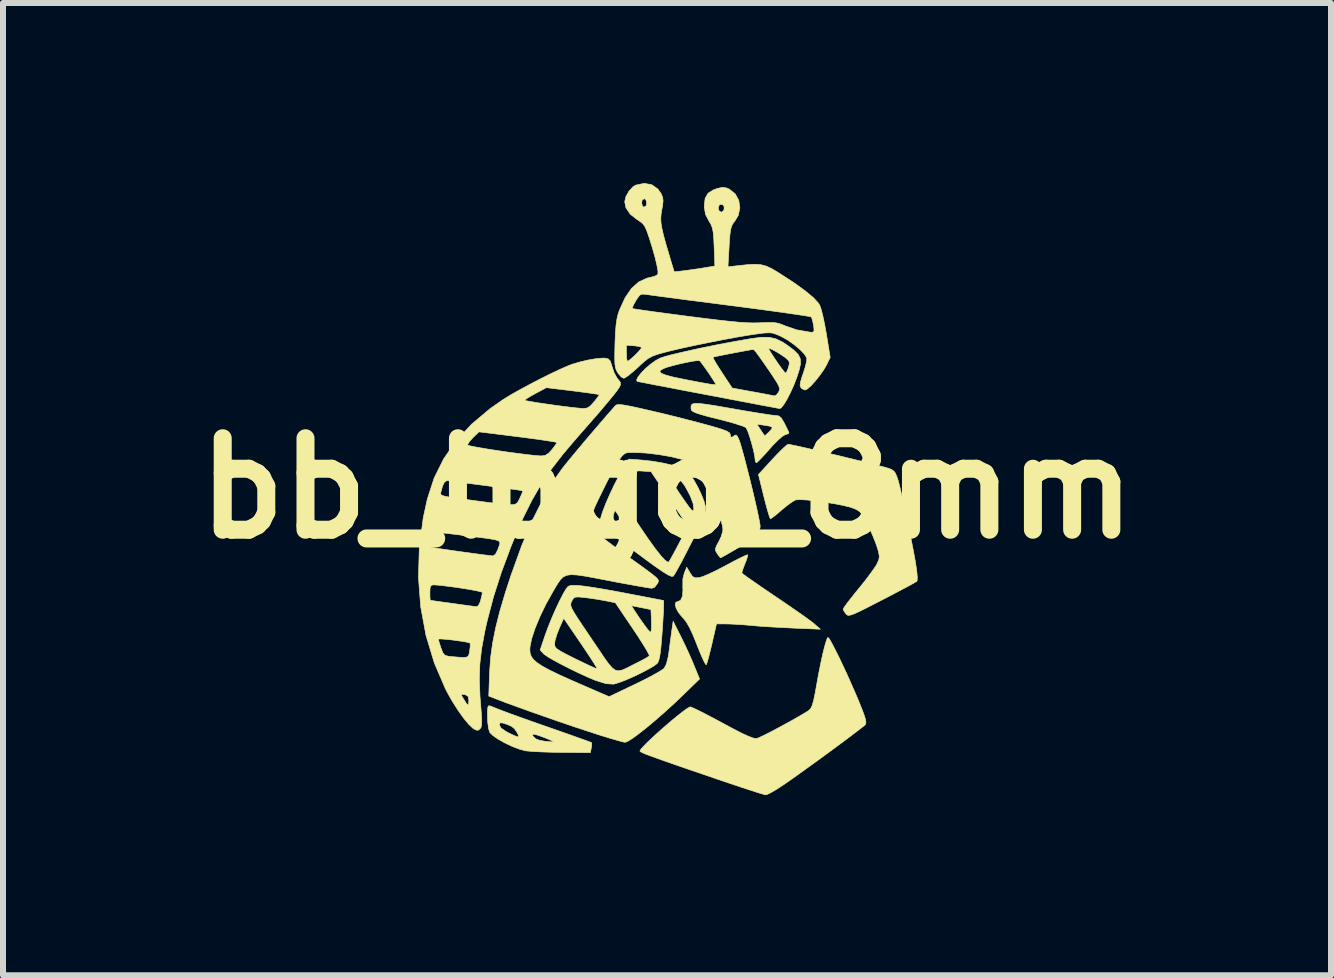
<source format=kicad_pcb>
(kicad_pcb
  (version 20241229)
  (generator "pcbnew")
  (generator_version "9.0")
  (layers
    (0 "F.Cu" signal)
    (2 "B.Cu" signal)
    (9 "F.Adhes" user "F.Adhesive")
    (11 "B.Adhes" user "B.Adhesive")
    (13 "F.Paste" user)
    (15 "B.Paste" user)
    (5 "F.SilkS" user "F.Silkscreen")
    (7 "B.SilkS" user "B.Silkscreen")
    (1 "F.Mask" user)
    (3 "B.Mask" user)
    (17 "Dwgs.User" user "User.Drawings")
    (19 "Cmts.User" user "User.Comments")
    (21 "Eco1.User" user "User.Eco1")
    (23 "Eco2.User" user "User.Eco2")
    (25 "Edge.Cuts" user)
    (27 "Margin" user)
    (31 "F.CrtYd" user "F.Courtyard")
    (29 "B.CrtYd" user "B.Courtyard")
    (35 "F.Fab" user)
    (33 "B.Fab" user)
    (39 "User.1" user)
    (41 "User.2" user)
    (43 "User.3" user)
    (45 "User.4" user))
  (footprint "bb_logo_8mm"
    (layer "F.Cu")
    (at 8.063 5.086)
    (property "Reference" "bb_logo_8mm" (at 0 0 0) (layer "F.SilkS") (effects (font (size 1.524 1.524) (thickness 0.3))))
    (attr through_hole)
    (fp_poly (pts (xy 0.546 -1.413) (xy 0.654 -1.4) (xy 0.803 -1.377) (xy 0.999 -1.343) (xy 1.086 -1.328) (xy 1.274 -1.295) (xy 1.448 -1.266) (xy 1.598 -1.242) (xy 1.715 -1.224) (xy 1.79 -1.215) (xy 1.81 -1.214) (xy 1.861 -1.206) (xy 1.902 -1.174) (xy 1.944 -1.105) (xy 1.961 -1.073) (xy 2 -0.995) (xy 2.026 -0.939) (xy 2.032 -0.921) (xy 2.008 -0.906) (xy 1.966 -0.893) (xy 1.92 -0.865) (xy 1.85 -0.804) (xy 1.765 -0.719) (xy 1.705 -0.652) (xy 1.623 -0.559) (xy 1.553 -0.485) (xy 1.505 -0.437) (xy 1.489 -0.425) (xy 1.471 -0.447) (xy 1.468 -0.475) (xy 1.46 -0.543) (xy 1.439 -0.64) (xy 1.41 -0.751) (xy 1.377 -0.86) (xy 1.346 -0.95) (xy 1.32 -1.005) (xy 1.315 -1.012) (xy 1.275 -1.032) (xy 1.19 -1.061) (xy 1.165 -1.069) (xy 1.498 -1.069) (xy 1.56 -0.972) (xy 1.601 -0.912) (xy 1.626 -0.878) (xy 1.629 -0.875) (xy 1.65 -0.893) (xy 1.696 -0.936) (xy 1.706 -0.946) (xy 1.745 -0.99) (xy 1.751 -1.018) (xy 1.715 -1.035) (xy 1.631 -1.05) (xy 1.603 -1.054) (xy 1.498 -1.069) (xy 1.165 -1.069) (xy 1.072 -1.097) (xy 0.929 -1.135) (xy 0.842 -1.157) (xy 0.674 -1.199) (xy 0.554 -1.233) (xy 0.474 -1.26) (xy 0.427 -1.283) (xy 0.405 -1.305) (xy 0.402 -1.316) (xy 0.399 -1.358) (xy 0.405 -1.388) (xy 0.428 -1.407) (xy 0.473 -1.416) (xy 0.546 -1.413)) (stroke (width 0.01) (type solid)) (fill yes) (layer "F.SilkS"))
    (fp_poly (pts (xy -2.944 3.626) (xy -2.942 3.627) (xy -2.851 3.664) (xy -2.746 3.705) (xy -2.62 3.752) (xy -2.465 3.808) (xy -2.275 3.876) (xy -2.041 3.958) (xy -1.938 3.994) (xy -1.755 4.058) (xy -1.589 4.116) (xy -1.45 4.166) (xy -1.343 4.204) (xy -1.276 4.229) (xy -1.256 4.238) (xy -1.254 4.269) (xy -1.262 4.325) (xy -1.277 4.403) (xy -1.746 4.399) (xy -1.915 4.397) (xy -2.076 4.392) (xy -2.215 4.385) (xy -2.318 4.377) (xy -2.357 4.373) (xy -2.46 4.345) (xy -2.581 4.299) (xy -2.705 4.24) (xy -2.818 4.176) (xy -2.906 4.114) (xy -2.955 4.063) (xy -2.956 4.061) (xy -2.974 3.998) (xy -2.981 3.943) (xy -2.794 3.943) (xy -2.766 3.993) (xy -2.683 4.051) (xy -2.646 4.071) (xy -2.546 4.119) (xy -2.49 4.14) (xy -2.471 4.134) (xy -2.482 4.1) (xy -2.244 4.1) (xy -2.233 4.128) (xy -2.217 4.147) (xy -2.178 4.178) (xy -2.12 4.199) (xy -2.031 4.214) (xy -1.897 4.226) (xy -1.891 4.226) (xy -1.893 4.219) (xy -1.937 4.196) (xy -2.016 4.163) (xy -2.018 4.162) (xy -2.139 4.117) (xy -2.213 4.096) (xy -2.244 4.1) (xy -2.482 4.1) (xy -2.482 4.099) (xy -2.503 4.061) (xy -2.543 4.003) (xy -2.594 3.963) (xy -2.672 3.93) (xy -2.731 3.911) (xy -2.779 3.905) (xy -2.794 3.936) (xy -2.794 3.943) (xy -2.981 3.943) (xy -2.987 3.901) (xy -2.991 3.8) (xy -2.99 3.698) (xy -2.984 3.643) (xy -2.97 3.622) (xy -2.944 3.626)) (stroke (width 0.01) (type solid)) (fill yes) (layer "F.SilkS"))
    (fp_poly (pts (xy 1.343 1.107) (xy 1.34 1.139) (xy 1.319 1.204) (xy 1.298 1.256) (xy 1.267 1.337) (xy 1.249 1.395) (xy 1.248 1.412) (xy 1.273 1.433) (xy 1.338 1.481) (xy 1.437 1.55) (xy 1.562 1.637) (xy 1.709 1.737) (xy 1.806 1.803) (xy 1.969 1.913) (xy 2.121 2.018) (xy 2.255 2.111) (xy 2.362 2.188) (xy 2.434 2.242) (xy 2.455 2.26) (xy 2.554 2.347) (xy 2.117 2.329) (xy 1.937 2.32) (xy 1.752 2.31) (xy 1.579 2.299) (xy 1.439 2.288) (xy 1.411 2.285) (xy 1.271 2.273) (xy 1.13 2.264) (xy 1.014 2.259) (xy 0.983 2.259) (xy 0.824 2.258) (xy 0.748 2.589) (xy 0.717 2.719) (xy 0.689 2.829) (xy 0.666 2.906) (xy 0.653 2.94) (xy 0.653 2.94) (xy 0.637 2.922) (xy 0.605 2.861) (xy 0.562 2.764) (xy 0.512 2.642) (xy 0.498 2.605) (xy 0.431 2.439) (xy 0.374 2.317) (xy 0.321 2.227) (xy 0.267 2.158) (xy 0.251 2.142) (xy 0.191 2.069) (xy 0.151 1.995) (xy 0.136 1.933) (xy 0.149 1.896) (xy 0.167 1.891) (xy 0.226 1.866) (xy 0.259 1.795) (xy 0.265 1.684) (xy 0.263 1.658) (xy 0.264 1.506) (xy 0.288 1.412) (xy 0.328 1.314) (xy 0.383 1.407) (xy 0.425 1.469) (xy 0.47 1.491) (xy 0.536 1.488) (xy 0.597 1.469) (xy 0.695 1.428) (xy 0.816 1.371) (xy 0.95 1.301) (xy 0.982 1.284) (xy 1.108 1.217) (xy 1.215 1.162) (xy 1.295 1.124) (xy 1.338 1.107) (xy 1.343 1.107)) (stroke (width 0.01) (type solid)) (fill yes) (layer "F.SilkS"))
    (fp_poly (pts (xy 2.704 2.508) (xy 2.744 2.577) (xy 2.799 2.683) (xy 2.866 2.817) (xy 2.94 2.973) (xy 3.018 3.142) (xy 3.096 3.318) (xy 3.171 3.491) (xy 3.189 3.534) (xy 3.249 3.683) (xy 3.288 3.788) (xy 3.309 3.859) (xy 3.314 3.904) (xy 3.305 3.933) (xy 3.302 3.938) (xy 3.269 3.967) (xy 3.196 4.023) (xy 3.092 4.103) (xy 2.963 4.2) (xy 2.816 4.309) (xy 2.657 4.426) (xy 2.494 4.545) (xy 2.333 4.661) (xy 2.182 4.77) (xy 2.047 4.865) (xy 1.936 4.942) (xy 1.925 4.949) (xy 1.821 5.017) (xy 1.73 5.07) (xy 1.665 5.101) (xy 1.643 5.107) (xy 1.606 5.097) (xy 1.521 5.072) (xy 1.397 5.032) (xy 1.238 4.98) (xy 1.053 4.918) (xy 0.846 4.848) (xy 0.663 4.785) (xy 0.388 4.691) (xy 0.161 4.613) (xy -0.022 4.549) (xy -0.165 4.498) (xy -0.273 4.459) (xy -0.351 4.43) (xy -0.403 4.408) (xy -0.434 4.392) (xy -0.449 4.381) (xy -0.452 4.375) (xy -0.431 4.341) (xy -0.374 4.279) (xy -0.29 4.196) (xy -0.186 4.1) (xy -0.071 3.997) (xy 0.046 3.896) (xy 0.159 3.802) (xy 0.258 3.724) (xy 0.335 3.668) (xy 0.382 3.642) (xy 0.388 3.641) (xy 0.424 3.654) (xy 0.501 3.69) (xy 0.612 3.745) (xy 0.747 3.816) (xy 0.899 3.897) (xy 0.925 3.911) (xy 1.11 4.01) (xy 1.251 4.083) (xy 1.357 4.131) (xy 1.431 4.159) (xy 1.48 4.168) (xy 1.496 4.167) (xy 1.542 4.149) (xy 1.626 4.109) (xy 1.738 4.052) (xy 1.866 3.984) (xy 2.001 3.911) (xy 2.13 3.839) (xy 2.244 3.773) (xy 2.332 3.72) (xy 2.366 3.697) (xy 2.394 3.668) (xy 2.418 3.617) (xy 2.442 3.536) (xy 2.467 3.415) (xy 2.485 3.316) (xy 2.523 3.104) (xy 2.561 2.913) (xy 2.597 2.749) (xy 2.63 2.619) (xy 2.657 2.529) (xy 2.677 2.486) (xy 2.682 2.484) (xy 2.704 2.508)) (stroke (width 0.01) (type solid)) (fill yes) (layer "F.SilkS"))
    (fp_poly (pts (xy 2.061 -0.727) (xy 2.149 -0.709) (xy 2.275 -0.681) (xy 2.43 -0.646) (xy 2.605 -0.604) (xy 2.792 -0.56) (xy 2.982 -0.514) (xy 3.168 -0.469) (xy 3.339 -0.426) (xy 3.488 -0.388) (xy 3.606 -0.358) (xy 3.684 -0.335) (xy 3.71 -0.327) (xy 3.746 -0.31) (xy 3.776 -0.289) (xy 3.802 -0.257) (xy 3.825 -0.207) (xy 3.85 -0.133) (xy 3.878 -0.027) (xy 3.911 0.117) (xy 3.953 0.306) (xy 3.978 0.423) (xy 4.046 0.742) (xy 4.098 1.008) (xy 4.137 1.219) (xy 4.161 1.379) (xy 4.17 1.486) (xy 4.166 1.542) (xy 4.162 1.548) (xy 4.13 1.568) (xy 4.055 1.61) (xy 3.945 1.669) (xy 3.808 1.741) (xy 3.652 1.823) (xy 3.582 1.859) (xy 3.401 1.952) (xy 3.264 2.022) (xy 3.164 2.07) (xy 3.093 2.1) (xy 3.046 2.114) (xy 3.016 2.116) (xy 2.995 2.106) (xy 2.982 2.093) (xy 2.946 2.042) (xy 2.935 2.012) (xy 2.952 1.981) (xy 2.999 1.915) (xy 3.07 1.824) (xy 3.157 1.715) (xy 3.189 1.676) (xy 3.287 1.555) (xy 3.375 1.439) (xy 3.447 1.34) (xy 3.492 1.271) (xy 3.497 1.26) (xy 3.528 1.192) (xy 3.537 1.136) (xy 3.526 1.069) (xy 3.509 1.006) (xy 3.477 0.912) (xy 3.428 0.79) (xy 3.371 0.662) (xy 3.354 0.625) (xy 3.297 0.511) (xy 3.252 0.435) (xy 3.208 0.387) (xy 3.157 0.354) (xy 3.123 0.338) (xy 3.043 0.311) (xy 2.926 0.283) (xy 2.785 0.256) (xy 2.632 0.231) (xy 2.48 0.21) (xy 2.341 0.195) (xy 2.228 0.188) (xy 2.153 0.191) (xy 2.138 0.195) (xy 2.083 0.226) (xy 2.003 0.284) (xy 1.915 0.356) (xy 1.905 0.365) (xy 1.825 0.433) (xy 1.761 0.483) (xy 1.725 0.507) (xy 1.723 0.508) (xy 1.71 0.482) (xy 1.687 0.411) (xy 1.657 0.306) (xy 1.623 0.175) (xy 1.614 0.139) (xy 1.523 -0.23) (xy 1.753 -0.482) (xy 1.845 -0.579) (xy 1.926 -0.659) (xy 1.986 -0.714) (xy 2.018 -0.734) (xy 2.019 -0.734) (xy 2.061 -0.727)) (stroke (width 0.01) (type solid)) (fill yes) (layer "F.SilkS"))
    (fp_poly (pts (xy -0.409 -0.47) (xy -0.244 -0.452) (xy -0.075 -0.423) (xy 0.082 -0.387) (xy 0.215 -0.346) (xy 0.31 -0.305) (xy 0.332 -0.291) (xy 0.384 -0.235) (xy 0.446 -0.14) (xy 0.511 -0.024) (xy 0.57 0.099) (xy 0.616 0.214) (xy 0.64 0.304) (xy 0.641 0.308) (xy 0.643 0.35) (xy 0.634 0.401) (xy 0.613 0.467) (xy 0.576 0.556) (xy 0.519 0.677) (xy 0.441 0.836) (xy 0.397 0.922) (xy 0.317 1.079) (xy 0.244 1.22) (xy 0.181 1.335) (xy 0.134 1.418) (xy 0.107 1.46) (xy 0.105 1.463) (xy 0.074 1.466) (xy 0.017 1.442) (xy -0.072 1.388) (xy -0.198 1.301) (xy -0.214 1.289) (xy -0.352 1.189) (xy -0.513 1.069) (xy -0.676 0.945) (xy -0.814 0.838) (xy -0.938 0.739) (xy -1.024 0.667) (xy -1.078 0.615) (xy -1.106 0.577) (xy -1.115 0.545) (xy -1.111 0.513) (xy -1.104 0.49) (xy -0.898 0.49) (xy -0.881 0.533) (xy -0.833 0.586) (xy -0.788 0.626) (xy -0.717 0.684) (xy -0.663 0.723) (xy -0.641 0.734) (xy -0.645 0.712) (xy -0.675 0.656) (xy -0.725 0.576) (xy -0.737 0.557) (xy -0.795 0.471) (xy -0.84 0.406) (xy -0.863 0.372) (xy -0.864 0.371) (xy -0.876 0.387) (xy -0.892 0.44) (xy -0.892 0.44) (xy -0.898 0.49) (xy -1.104 0.49) (xy -1.076 0.399) (xy -1.02 0.252) (xy -0.974 0.147) (xy -0.783 0.147) (xy -0.457 0.631) (xy -0.312 0.844) (xy -0.193 1.009) (xy -0.099 1.127) (xy -0.031 1.2) (xy 0.014 1.229) (xy 0.028 1.227) (xy 0.046 1.2) (xy 0.084 1.133) (xy 0.137 1.036) (xy 0.196 0.925) (xy 0.349 0.632) (xy 0.042 0.177) (xy -0.21 -0.194) (xy 0.041 -0.194) (xy 0.067 -0.138) (xy 0.124 -0.043) (xy 0.211 0.089) (xy 0.217 0.098) (xy 0.305 0.225) (xy 0.366 0.31) (xy 0.406 0.359) (xy 0.429 0.375) (xy 0.441 0.366) (xy 0.446 0.338) (xy 0.435 0.253) (xy 0.388 0.13) (xy 0.352 0.059) (xy 0.294 -0.045) (xy 0.244 -0.112) (xy 0.184 -0.156) (xy 0.099 -0.192) (xy 0.048 -0.209) (xy 0.041 -0.194) (xy -0.21 -0.194) (xy -0.266 -0.278) (xy -0.399 -0.287) (xy -0.461 -0.291) (xy -0.507 -0.286) (xy -0.544 -0.264) (xy -0.582 -0.217) (xy -0.629 -0.137) (xy -0.694 -0.018) (xy -0.783 0.147) (xy -0.974 0.147) (xy -0.949 0.09) (xy -0.872 -0.072) (xy -0.796 -0.217) (xy -0.769 -0.264) (xy -0.635 -0.487) (xy -0.409 -0.47)) (stroke (width 0.01) (type solid)) (fill yes) (layer "F.SilkS"))
    (fp_poly (pts (xy -1.486 1.618) (xy -1.374 1.63) (xy -1.225 1.652) (xy -1.034 1.684) (xy -0.797 1.727) (xy -0.597 1.765) (xy -0.056 1.869) (xy -0.057 1.972) (xy -0.059 2.038) (xy -0.065 2.146) (xy -0.073 2.283) (xy -0.084 2.434) (xy -0.087 2.469) (xy -0.101 2.641) (xy -0.116 2.765) (xy -0.133 2.848) (xy -0.152 2.9) (xy -0.164 2.917) (xy -0.217 2.958) (xy -0.31 3.012) (xy -0.428 3.074) (xy -0.557 3.136) (xy -0.685 3.192) (xy -0.797 3.235) (xy -0.879 3.26) (xy -0.895 3.262) (xy -1.018 3.254) (xy -1.176 3.205) (xy -1.181 3.204) (xy -1.313 3.149) (xy -1.46 3.082) (xy -1.611 3.009) (xy -1.756 2.935) (xy -1.884 2.867) (xy -1.984 2.808) (xy -2.047 2.765) (xy -2.056 2.757) (xy -2.114 2.694) (xy -2.076 2.582) (xy -1.873 2.582) (xy -1.872 2.617) (xy -1.86 2.647) (xy -1.83 2.677) (xy -1.774 2.713) (xy -1.684 2.762) (xy -1.553 2.828) (xy -1.525 2.842) (xy -1.397 2.904) (xy -1.289 2.955) (xy -1.209 2.991) (xy -1.167 3.007) (xy -1.163 3.007) (xy -1.175 2.982) (xy -1.214 2.918) (xy -1.276 2.822) (xy -1.355 2.703) (xy -1.437 2.581) (xy -1.721 2.165) (xy -1.795 2.331) (xy -1.835 2.433) (xy -1.864 2.528) (xy -1.873 2.582) (xy -2.076 2.582) (xy -2.032 2.451) (xy -1.982 2.314) (xy -1.922 2.165) (xy -1.857 2.016) (xy -1.818 1.934) (xy -1.605 1.934) (xy -1.6 1.967) (xy -1.58 2.013) (xy -1.543 2.078) (xy -1.486 2.168) (xy -1.405 2.29) (xy -1.296 2.451) (xy -1.251 2.518) (xy -1.131 2.695) (xy -1.039 2.832) (xy -0.967 2.931) (xy -0.908 2.996) (xy -0.856 3.032) (xy -0.805 3.04) (xy -0.746 3.027) (xy -0.673 2.995) (xy -0.58 2.947) (xy -0.52 2.917) (xy -0.421 2.867) (xy -0.343 2.824) (xy -0.299 2.795) (xy -0.294 2.791) (xy -0.305 2.761) (xy -0.342 2.692) (xy -0.403 2.593) (xy -0.481 2.47) (xy -0.57 2.337) (xy -0.828 1.955) (xy -0.594 1.955) (xy -0.547 2.029) (xy -0.46 2.16) (xy -0.383 2.269) (xy -0.323 2.349) (xy -0.283 2.392) (xy -0.274 2.398) (xy -0.264 2.373) (xy -0.259 2.306) (xy -0.26 2.211) (xy -0.26 2.209) (xy -0.268 2.02) (xy -0.431 1.987) (xy -0.594 1.955) (xy -0.828 1.955) (xy -0.861 1.906) (xy -1.03 1.872) (xy -1.16 1.849) (xy -1.304 1.828) (xy -1.374 1.819) (xy -1.469 1.81) (xy -1.525 1.812) (xy -1.558 1.83) (xy -1.582 1.868) (xy -1.588 1.881) (xy -1.6 1.907) (xy -1.605 1.934) (xy -1.818 1.934) (xy -1.792 1.878) (xy -1.732 1.761) (xy -1.682 1.676) (xy -1.651 1.637) (xy -1.619 1.622) (xy -1.566 1.616) (xy -1.486 1.618)) (stroke (width 0.01) (type solid)) (fill yes) (layer "F.SilkS"))
    (fp_poly (pts (xy 1.703 -2.516) (xy 1.813 -2.491) (xy 1.921 -2.439) (xy 2.002 -2.386) (xy 2.116 -2.3) (xy 2.187 -2.228) (xy 2.22 -2.158) (xy 2.224 -2.081) (xy 2.223 -2.068) (xy 2.201 -1.969) (xy 2.163 -1.851) (xy 2.114 -1.723) (xy 2.057 -1.597) (xy 2 -1.485) (xy 1.946 -1.396) (xy 1.901 -1.341) (xy 1.877 -1.33) (xy 1.844 -1.335) (xy 1.761 -1.351) (xy 1.635 -1.374) (xy 1.472 -1.405) (xy 1.277 -1.442) (xy 1.056 -1.484) (xy 0.816 -1.53) (xy 0.706 -1.551) (xy 0.457 -1.598) (xy 0.225 -1.642) (xy 0.015 -1.683) (xy -0.167 -1.717) (xy -0.314 -1.746) (xy -0.421 -1.767) (xy -0.481 -1.778) (xy -0.491 -1.78) (xy -0.507 -1.804) (xy -0.485 -1.852) (xy -0.435 -1.917) (xy -0.411 -1.942) (xy -0.12 -1.942) (xy -0.092 -1.915) (xy -0.019 -1.886) (xy 0.103 -1.854) (xy 0.277 -1.818) (xy 0.327 -1.808) (xy 0.504 -1.774) (xy 0.634 -1.75) (xy 0.722 -1.735) (xy 0.776 -1.728) (xy 0.803 -1.729) (xy 0.81 -1.736) (xy 0.805 -1.749) (xy 0.801 -1.757) (xy 0.759 -1.823) (xy 0.704 -1.907) (xy 0.645 -1.992) (xy 0.591 -2.067) (xy 0.553 -2.116) (xy 0.542 -2.127) (xy 0.504 -2.128) (xy 0.426 -2.118) (xy 0.323 -2.098) (xy 0.208 -2.073) (xy 0.096 -2.045) (xy 0.001 -2.018) (xy -0.05 -1.999) (xy -0.105 -1.97) (xy -0.12 -1.942) (xy -0.411 -1.942) (xy -0.365 -1.99) (xy -0.282 -2.062) (xy -0.196 -2.125) (xy -0.114 -2.17) (xy -0.114 -2.17) (xy -0.072 -2.184) (xy 0.765 -2.184) (xy 0.775 -2.158) (xy 0.81 -2.095) (xy 0.866 -2.006) (xy 0.92 -1.922) (xy 1.086 -1.671) (xy 1.425 -1.609) (xy 1.558 -1.585) (xy 1.671 -1.564) (xy 1.753 -1.548) (xy 1.792 -1.54) (xy 1.792 -1.54) (xy 1.824 -1.556) (xy 1.858 -1.602) (xy 1.872 -1.633) (xy 1.874 -1.666) (xy 1.86 -1.709) (xy 1.826 -1.771) (xy 1.768 -1.861) (xy 1.682 -1.989) (xy 1.678 -1.993) (xy 1.598 -2.11) (xy 1.528 -2.208) (xy 1.476 -2.278) (xy 1.446 -2.312) (xy 1.443 -2.314) (xy 1.405 -2.31) (xy 1.328 -2.296) (xy 1.224 -2.277) (xy 1.106 -2.255) (xy 0.988 -2.232) (xy 0.883 -2.211) (xy 0.805 -2.195) (xy 0.767 -2.185) (xy 0.765 -2.184) (xy -0.072 -2.184) (xy -0.041 -2.194) (xy 0.078 -2.227) (xy 0.236 -2.264) (xy 0.422 -2.306) (xy 0.528 -2.329) (xy 1.693 -2.329) (xy 1.708 -2.297) (xy 1.747 -2.234) (xy 1.8 -2.153) (xy 1.858 -2.068) (xy 1.913 -1.992) (xy 1.955 -1.938) (xy 1.975 -1.919) (xy 1.995 -1.943) (xy 2.02 -2.003) (xy 2.024 -2.017) (xy 2.04 -2.083) (xy 2.028 -2.126) (xy 1.98 -2.171) (xy 1.966 -2.182) (xy 1.893 -2.232) (xy 1.816 -2.279) (xy 1.748 -2.315) (xy 1.703 -2.332) (xy 1.693 -2.329) (xy 0.528 -2.329) (xy 0.628 -2.35) (xy 0.844 -2.394) (xy 1.063 -2.435) (xy 1.275 -2.473) (xy 1.41 -2.496) (xy 1.574 -2.517) (xy 1.703 -2.516)) (stroke (width 0.01) (type solid)) (fill yes) (layer "F.SilkS"))
    (fp_poly (pts (xy -0.732 -1.39) (xy -0.632 -1.372) (xy -0.489 -1.342) (xy -0.419 -1.326) (xy -0.188 -1.273) (xy 0.058 -1.214) (xy 0.303 -1.152) (xy 0.534 -1.092) (xy 0.737 -1.037) (xy 0.889 -0.992) (xy 0.99 -0.956) (xy 1.043 -0.923) (xy 1.054 -0.894) (xy 1.063 -0.852) (xy 1.097 -0.858) (xy 1.123 -0.88) (xy 1.15 -0.89) (xy 1.178 -0.856) (xy 1.199 -0.81) (xy 1.222 -0.744) (xy 1.253 -0.636) (xy 1.292 -0.495) (xy 1.334 -0.331) (xy 1.379 -0.154) (xy 1.423 0.026) (xy 1.464 0.2) (xy 1.5 0.358) (xy 1.528 0.49) (xy 1.546 0.586) (xy 1.552 0.633) (xy 1.543 0.695) (xy 1.51 0.754) (xy 1.447 0.817) (xy 1.348 0.89) (xy 1.206 0.979) (xy 1.149 1.012) (xy 1.045 1.073) (xy 0.96 1.121) (xy 0.906 1.151) (xy 0.891 1.157) (xy 0.871 1.136) (xy 0.835 1.086) (xy 0.835 1.086) (xy 0.809 1.04) (xy 0.807 1.001) (xy 0.829 0.947) (xy 0.86 0.893) (xy 0.903 0.802) (xy 0.928 0.713) (xy 0.931 0.682) (xy 0.921 0.615) (xy 0.892 0.509) (xy 0.849 0.375) (xy 0.796 0.226) (xy 0.738 0.074) (xy 0.679 -0.07) (xy 0.623 -0.192) (xy 0.616 -0.207) (xy 0.561 -0.305) (xy 0.508 -0.368) (xy 0.439 -0.412) (xy 0.404 -0.429) (xy 0.256 -0.481) (xy 0.069 -0.527) (xy -0.139 -0.563) (xy -0.349 -0.588) (xy -0.544 -0.598) (xy -0.655 -0.596) (xy -0.698 -0.583) (xy -0.744 -0.546) (xy -0.796 -0.479) (xy -0.86 -0.376) (xy -0.937 -0.232) (xy -1.026 -0.056) (xy -1.122 0.139) (xy -1.194 0.291) (xy -1.243 0.407) (xy -1.274 0.494) (xy -1.286 0.558) (xy -1.284 0.607) (xy -1.269 0.647) (xy -1.261 0.659) (xy -1.225 0.697) (xy -1.15 0.76) (xy -1.045 0.844) (xy -0.916 0.942) (xy -0.773 1.048) (xy -0.742 1.07) (xy -0.558 1.203) (xy -0.414 1.306) (xy -0.307 1.385) (xy -0.231 1.443) (xy -0.181 1.484) (xy -0.154 1.514) (xy -0.143 1.536) (xy -0.144 1.554) (xy -0.153 1.573) (xy -0.163 1.592) (xy -0.208 1.648) (xy -0.252 1.665) (xy -0.294 1.66) (xy -0.384 1.645) (xy -0.512 1.623) (xy -0.67 1.594) (xy -0.85 1.561) (xy -0.972 1.537) (xy -1.192 1.495) (xy -1.364 1.463) (xy -1.496 1.444) (xy -1.595 1.438) (xy -1.669 1.448) (xy -1.726 1.474) (xy -1.773 1.518) (xy -1.818 1.581) (xy -1.869 1.666) (xy -1.897 1.714) (xy -2.016 1.927) (xy -2.117 2.136) (xy -2.198 2.331) (xy -2.255 2.503) (xy -2.283 2.642) (xy -2.286 2.687) (xy -2.281 2.746) (xy -2.263 2.799) (xy -2.226 2.851) (xy -2.166 2.904) (xy -2.079 2.962) (xy -1.958 3.028) (xy -1.799 3.105) (xy -1.597 3.196) (xy -1.364 3.298) (xy -0.965 3.471) (xy -0.532 3.264) (xy -0.385 3.192) (xy -0.252 3.123) (xy -0.145 3.063) (xy -0.072 3.018) (xy -0.047 2.998) (xy -0.01 2.926) (xy 0.02 2.805) (xy 0.033 2.718) (xy 0.05 2.589) (xy 0.067 2.46) (xy 0.081 2.358) (xy 0.081 2.357) (xy 0.102 2.215) (xy 0.23 2.469) (xy 0.3 2.612) (xy 0.372 2.768) (xy 0.434 2.911) (xy 0.45 2.95) (xy 0.542 3.176) (xy 0.292 3.419) (xy 0.129 3.575) (xy -0.036 3.725) (xy -0.195 3.864) (xy -0.343 3.988) (xy -0.474 4.091) (xy -0.582 4.17) (xy -0.66 4.218) (xy -0.7 4.231) (xy -0.743 4.223) (xy -0.828 4.199) (xy -0.947 4.165) (xy -1.087 4.122) (xy -1.171 4.095) (xy -1.349 4.037) (xy -1.561 3.967) (xy -1.793 3.888) (xy -2.033 3.804) (xy -2.268 3.722) (xy -2.486 3.643) (xy -2.674 3.575) (xy -2.804 3.525) (xy -2.97 3.461) (xy -2.956 3.064) (xy -2.94 2.828) (xy -2.907 2.586) (xy -2.856 2.328) (xy -2.785 2.045) (xy -2.691 1.729) (xy -2.597 1.442) (xy -2.421 0.954) (xy -2.238 0.522) (xy -2.049 0.145) (xy -1.854 -0.178) (xy -1.746 -0.33) (xy -1.69 -0.401) (xy -1.604 -0.506) (xy -1.497 -0.635) (xy -1.376 -0.779) (xy -1.248 -0.93) (xy -1.121 -1.078) (xy -1.004 -1.214) (xy -0.902 -1.33) (xy -0.859 -1.379) (xy -0.837 -1.392) (xy -0.798 -1.396) (xy -0.732 -1.39)) (stroke (width 0.01) (type solid)) (fill yes) (layer "F.SilkS"))
    (fp_poly (pts (xy -0.255 -5.059) (xy -0.153 -4.987) (xy -0.096 -4.906) (xy -0.073 -4.85) (xy -0.066 -4.791) (xy -0.074 -4.711) (xy -0.087 -4.641) (xy -0.099 -4.567) (xy -0.104 -4.495) (xy -0.1 -4.418) (xy -0.084 -4.325) (xy -0.057 -4.208) (xy -0.015 -4.057) (xy 0.042 -3.865) (xy 0.061 -3.8) (xy 0.12 -3.607) (xy 0.279 -3.625) (xy 0.399 -3.641) (xy 0.537 -3.661) (xy 0.617 -3.674) (xy 0.797 -3.704) (xy 0.785 -4.023) (xy 0.778 -4.166) (xy 0.769 -4.266) (xy 0.755 -4.338) (xy 0.734 -4.394) (xy 0.701 -4.45) (xy 0.697 -4.456) (xy 0.641 -4.564) (xy 0.623 -4.674) (xy 0.853 -4.674) (xy 0.866 -4.625) (xy 0.901 -4.6) (xy 0.903 -4.6) (xy 0.938 -4.623) (xy 0.95 -4.644) (xy 0.951 -4.697) (xy 0.923 -4.73) (xy 0.883 -4.73) (xy 0.871 -4.721) (xy 0.853 -4.674) (xy 0.623 -4.674) (xy 0.622 -4.68) (xy 0.621 -4.713) (xy 0.635 -4.832) (xy 0.683 -4.916) (xy 0.774 -4.973) (xy 0.84 -4.997) (xy 0.925 -5.015) (xy 0.991 -5.005) (xy 1.039 -4.984) (xy 1.137 -4.904) (xy 1.196 -4.796) (xy 1.213 -4.672) (xy 1.187 -4.548) (xy 1.133 -4.458) (xy 1.099 -4.413) (xy 1.075 -4.367) (xy 1.059 -4.308) (xy 1.048 -4.225) (xy 1.039 -4.103) (xy 1.034 -4.025) (xy 1.015 -3.691) (xy 1.164 -3.708) (xy 1.334 -3.726) (xy 1.463 -3.733) (xy 1.565 -3.726) (xy 1.655 -3.702) (xy 1.748 -3.658) (xy 1.857 -3.593) (xy 1.874 -3.582) (xy 2.113 -3.427) (xy 2.301 -3.291) (xy 2.438 -3.177) (xy 2.523 -3.085) (xy 2.545 -3.048) (xy 2.568 -2.983) (xy 2.595 -2.877) (xy 2.624 -2.742) (xy 2.651 -2.593) (xy 2.656 -2.565) (xy 2.718 -2.181) (xy 2.658 -2.057) (xy 2.61 -1.974) (xy 2.544 -1.881) (xy 2.47 -1.788) (xy 2.398 -1.709) (xy 2.337 -1.655) (xy 2.301 -1.637) (xy 2.253 -1.657) (xy 2.231 -1.677) (xy 2.217 -1.711) (xy 2.222 -1.765) (xy 2.247 -1.852) (xy 2.271 -1.921) (xy 2.304 -2.025) (xy 2.325 -2.114) (xy 2.329 -2.17) (xy 2.328 -2.174) (xy 2.289 -2.236) (xy 2.214 -2.314) (xy 2.115 -2.397) (xy 2.006 -2.473) (xy 1.901 -2.531) (xy 1.898 -2.533) (xy 1.819 -2.567) (xy 1.757 -2.587) (xy 1.693 -2.592) (xy 1.609 -2.587) (xy 1.492 -2.572) (xy 1.339 -2.549) (xy 1.145 -2.516) (xy 0.925 -2.475) (xy 0.693 -2.429) (xy 0.463 -2.382) (xy 0.25 -2.336) (xy 0.067 -2.293) (xy -0.025 -2.27) (xy -0.152 -2.235) (xy -0.242 -2.203) (xy -0.316 -2.163) (xy -0.39 -2.104) (xy -0.484 -2.018) (xy -0.484 -2.017) (xy -0.573 -1.938) (xy -0.65 -1.876) (xy -0.705 -1.84) (xy -0.721 -1.834) (xy -0.762 -1.856) (xy -0.811 -1.911) (xy -0.821 -1.926) (xy -0.844 -1.967) (xy -0.859 -2.012) (xy -0.868 -2.071) (xy -0.871 -2.156) (xy -0.871 -2.251) (xy -0.677 -2.251) (xy -0.674 -2.173) (xy -0.664 -2.124) (xy -0.657 -2.117) (xy -0.628 -2.135) (xy -0.573 -2.181) (xy -0.53 -2.221) (xy -0.47 -2.283) (xy -0.431 -2.33) (xy -0.423 -2.345) (xy -0.449 -2.359) (xy -0.512 -2.371) (xy -0.55 -2.375) (xy -0.677 -2.385) (xy -0.677 -2.251) (xy -0.871 -2.251) (xy -0.87 -2.276) (xy -0.867 -2.413) (xy -0.86 -2.59) (xy -0.849 -2.723) (xy -0.834 -2.826) (xy -0.813 -2.911) (xy -0.794 -2.965) (xy -0.78 -2.997) (xy -0.579 -2.997) (xy -0.549 -2.99) (xy -0.47 -2.978) (xy -0.349 -2.96) (xy -0.191 -2.938) (xy -0.003 -2.913) (xy 0.207 -2.885) (xy 0.359 -2.865) (xy 0.637 -2.83) (xy 0.866 -2.802) (xy 1.053 -2.782) (xy 1.207 -2.767) (xy 1.333 -2.759) (xy 1.439 -2.756) (xy 1.533 -2.758) (xy 1.555 -2.759) (xy 1.688 -2.764) (xy 1.782 -2.762) (xy 1.855 -2.75) (xy 1.923 -2.726) (xy 1.963 -2.709) (xy 2.155 -2.642) (xy 2.37 -2.604) (xy 2.408 -2.6) (xy 2.44 -2.605) (xy 2.45 -2.634) (xy 2.443 -2.701) (xy 2.441 -2.716) (xy 2.425 -2.795) (xy 2.408 -2.847) (xy 2.403 -2.856) (xy 2.372 -2.863) (xy 2.291 -2.877) (xy 2.165 -2.896) (xy 1.999 -2.92) (xy 1.8 -2.948) (xy 1.572 -2.979) (xy 1.322 -3.012) (xy 1.058 -3.046) (xy 0.788 -3.081) (xy 0.532 -3.114) (xy 0.297 -3.144) (xy 0.089 -3.172) (xy -0.087 -3.195) (xy -0.224 -3.213) (xy -0.316 -3.226) (xy -0.358 -3.232) (xy -0.415 -3.236) (xy -0.455 -3.218) (xy -0.495 -3.166) (xy -0.519 -3.128) (xy -0.558 -3.057) (xy -0.578 -3.008) (xy -0.579 -2.997) (xy -0.78 -2.997) (xy -0.699 -3.174) (xy -0.593 -3.33) (xy -0.472 -3.438) (xy -0.334 -3.502) (xy -0.276 -3.515) (xy -0.202 -3.535) (xy -0.156 -3.562) (xy -0.152 -3.569) (xy -0.151 -3.62) (xy -0.168 -3.715) (xy -0.199 -3.846) (xy -0.244 -4.006) (xy -0.3 -4.184) (xy -0.3 -4.184) (xy -0.339 -4.296) (xy -0.373 -4.369) (xy -0.412 -4.418) (xy -0.467 -4.458) (xy -0.497 -4.477) (xy -0.613 -4.568) (xy -0.685 -4.675) (xy -0.701 -4.755) (xy -0.423 -4.755) (xy -0.409 -4.699) (xy -0.381 -4.685) (xy -0.347 -4.709) (xy -0.339 -4.755) (xy -0.353 -4.812) (xy -0.381 -4.826) (xy -0.415 -4.801) (xy -0.423 -4.755) (xy -0.701 -4.755) (xy -0.705 -4.775) (xy -0.684 -4.864) (xy -0.631 -4.956) (xy -0.562 -5.028) (xy -0.52 -5.052) (xy -0.38 -5.081) (xy -0.255 -5.059)) (stroke (width 0.01) (type solid)) (fill yes) (layer "F.SilkS"))
    (fp_poly (pts (xy -1.031 -2.169) (xy -0.979 -2.156) (xy -0.947 -2.123) (xy -0.923 -2.055) (xy -0.914 -2.022) (xy -0.881 -1.926) (xy -0.837 -1.844) (xy -0.818 -1.82) (xy -0.778 -1.767) (xy -0.777 -1.722) (xy -0.792 -1.689) (xy -0.827 -1.636) (xy -0.894 -1.549) (xy -0.995 -1.427) (xy -1.13 -1.267) (xy -1.302 -1.07) (xy -1.51 -0.833) (xy -1.737 -0.565) (xy -1.932 -0.313) (xy -2.101 -0.061) (xy -2.253 0.202) (xy -2.396 0.49) (xy -2.537 0.815) (xy -2.6 0.97) (xy -2.761 1.402) (xy -2.891 1.807) (xy -2.995 2.202) (xy -3.035 2.378) (xy -3.088 2.666) (xy -3.119 2.928) (xy -3.127 3.187) (xy -3.116 3.468) (xy -3.107 3.58) (xy -3.094 3.745) (xy -3.088 3.862) (xy -3.09 3.939) (xy -3.099 3.984) (xy -3.107 3.996) (xy -3.143 4.03) (xy -3.182 4.027) (xy -3.237 3.994) (xy -3.305 3.93) (xy -3.39 3.827) (xy -3.484 3.695) (xy -3.578 3.547) (xy -3.633 3.45) (xy -3.426 3.45) (xy -3.407 3.482) (xy -3.368 3.543) (xy -3.348 3.577) (xy -3.32 3.61) (xy -3.306 3.59) (xy -3.302 3.531) (xy -3.313 3.468) (xy -3.356 3.44) (xy -3.373 3.436) (xy -3.423 3.43) (xy -3.426 3.45) (xy -3.633 3.45) (xy -3.664 3.394) (xy -3.689 3.346) (xy -3.877 2.909) (xy -3.997 2.512) (xy -3.81 2.512) (xy -3.802 2.547) (xy -3.78 2.616) (xy -3.766 2.66) (xy -3.735 2.739) (xy -3.703 2.779) (xy -3.651 2.796) (xy -3.603 2.802) (xy -3.472 2.813) (xy -3.386 2.818) (xy -3.335 2.811) (xy -3.309 2.791) (xy -3.296 2.754) (xy -3.288 2.707) (xy -3.279 2.633) (xy -3.28 2.585) (xy -3.282 2.578) (xy -3.316 2.567) (xy -3.387 2.553) (xy -3.483 2.539) (xy -3.587 2.525) (xy -3.686 2.515) (xy -3.764 2.509) (xy -3.806 2.51) (xy -3.81 2.512) (xy -3.997 2.512) (xy -4.016 2.45) (xy -4.104 1.973) (xy -4.122 1.736) (xy -3.951 1.736) (xy -3.95 1.812) (xy -3.946 1.859) (xy -3.944 1.865) (xy -3.915 1.87) (xy -3.843 1.88) (xy -3.739 1.895) (xy -3.618 1.911) (xy -3.49 1.929) (xy -3.368 1.946) (xy -3.266 1.96) (xy -3.194 1.969) (xy -3.169 1.972) (xy -3.141 1.95) (xy -3.112 1.891) (xy -3.106 1.87) (xy -3.087 1.794) (xy -3.077 1.741) (xy -3.076 1.735) (xy -3.102 1.723) (xy -3.173 1.707) (xy -3.276 1.687) (xy -3.4 1.667) (xy -3.533 1.647) (xy -3.664 1.63) (xy -3.781 1.616) (xy -3.872 1.609) (xy -3.902 1.609) (xy -3.933 1.62) (xy -3.948 1.662) (xy -3.951 1.736) (xy -4.122 1.736) (xy -4.141 1.484) (xy -4.127 0.987) (xy -4.125 0.975) (xy -3.941 0.975) (xy -3.939 0.981) (xy -3.911 0.986) (xy -3.837 0.998) (xy -3.729 1.014) (xy -3.597 1.033) (xy -3.451 1.054) (xy -3.303 1.074) (xy -3.164 1.093) (xy -3.043 1.109) (xy -2.952 1.12) (xy -2.902 1.126) (xy -2.86 1.101) (xy -2.819 1.022) (xy -2.813 1.002) (xy -2.795 0.955) (xy -2.785 0.92) (xy -2.788 0.894) (xy -2.81 0.874) (xy -2.858 0.858) (xy -2.939 0.843) (xy -3.058 0.826) (xy -3.224 0.805) (xy -3.344 0.79) (xy -3.537 0.766) (xy -3.68 0.749) (xy -3.782 0.74) (xy -3.85 0.739) (xy -3.892 0.748) (xy -3.914 0.766) (xy -3.924 0.796) (xy -3.93 0.838) (xy -3.931 0.853) (xy -3.94 0.928) (xy -3.941 0.975) (xy -4.125 0.975) (xy -4.061 0.488) (xy -3.993 0.176) (xy -3.964 0.087) (xy -3.773 0.087) (xy -3.767 0.104) (xy -3.744 0.119) (xy -3.698 0.133) (xy -3.621 0.147) (xy -3.506 0.165) (xy -3.346 0.186) (xy -3.226 0.202) (xy -3.009 0.231) (xy -2.842 0.252) (xy -2.716 0.267) (xy -2.626 0.273) (xy -2.564 0.272) (xy -2.524 0.262) (xy -2.498 0.244) (xy -2.479 0.217) (xy -2.461 0.181) (xy -2.454 0.167) (xy -2.421 0.096) (xy -2.404 0.05) (xy -2.404 0.042) (xy -2.434 0.035) (xy -2.511 0.023) (xy -2.627 0.007) (xy -2.773 -0.013) (xy -2.941 -0.035) (xy -2.978 -0.04) (xy -3.155 -0.063) (xy -3.317 -0.084) (xy -3.455 -0.103) (xy -3.558 -0.117) (xy -3.617 -0.126) (xy -3.62 -0.126) (xy -3.672 -0.127) (xy -3.709 -0.101) (xy -3.74 -0.038) (xy -3.769 0.066) (xy -3.773 0.087) (xy -3.964 0.087) (xy -3.88 -0.171) (xy -3.721 -0.492) (xy -3.562 -0.721) (xy -3.321 -0.721) (xy -3.292 -0.71) (xy -3.217 -0.694) (xy -3.105 -0.674) (xy -2.967 -0.651) (xy -2.811 -0.627) (xy -2.648 -0.603) (xy -2.487 -0.582) (xy -2.338 -0.563) (xy -2.211 -0.549) (xy -2.116 -0.541) (xy -2.098 -0.54) (xy -2.03 -0.548) (xy -1.972 -0.586) (xy -1.921 -0.641) (xy -1.871 -0.706) (xy -1.839 -0.752) (xy -1.834 -0.763) (xy -1.861 -0.771) (xy -1.936 -0.784) (xy -2.052 -0.802) (xy -2.2 -0.823) (xy -2.373 -0.846) (xy -2.484 -0.86) (xy -3.134 -0.941) (xy -3.232 -0.846) (xy -3.288 -0.785) (xy -3.319 -0.736) (xy -3.321 -0.721) (xy -3.562 -0.721) (xy -3.514 -0.79) (xy -3.258 -1.067) (xy -2.95 -1.326) (xy -2.747 -1.468) (xy -2.371 -1.468) (xy -2.344 -1.459) (xy -2.273 -1.446) (xy -2.167 -1.428) (xy -2.038 -1.409) (xy -1.895 -1.388) (xy -1.751 -1.369) (xy -1.615 -1.352) (xy -1.499 -1.339) (xy -1.413 -1.331) (xy -1.395 -1.33) (xy -1.331 -1.338) (xy -1.274 -1.375) (xy -1.218 -1.438) (xy -1.167 -1.503) (xy -1.135 -1.548) (xy -1.129 -1.56) (xy -1.155 -1.567) (xy -1.228 -1.578) (xy -1.339 -1.594) (xy -1.477 -1.612) (xy -1.57 -1.624) (xy -2.011 -1.677) (xy -2.191 -1.581) (xy -2.279 -1.532) (xy -2.343 -1.492) (xy -2.37 -1.469) (xy -2.371 -1.468) (xy -2.747 -1.468) (xy -2.724 -1.483) (xy -2.609 -1.554) (xy -2.461 -1.638) (xy -2.292 -1.729) (xy -2.116 -1.821) (xy -1.943 -1.907) (xy -1.785 -1.982) (xy -1.655 -2.039) (xy -1.58 -2.068) (xy -1.447 -2.107) (xy -1.304 -2.14) (xy -1.171 -2.162) (xy -1.065 -2.17) (xy -1.031 -2.169)) (stroke (width 0.01) (type solid)) (fill yes) (layer "F.SilkS")))
  (gr_rect
    (start -3 -3)
    (end 19.125 13.198)
    (stroke (width 0.1) (type default))
    (fill no)
    (layer "Edge.Cuts")))
</source>
